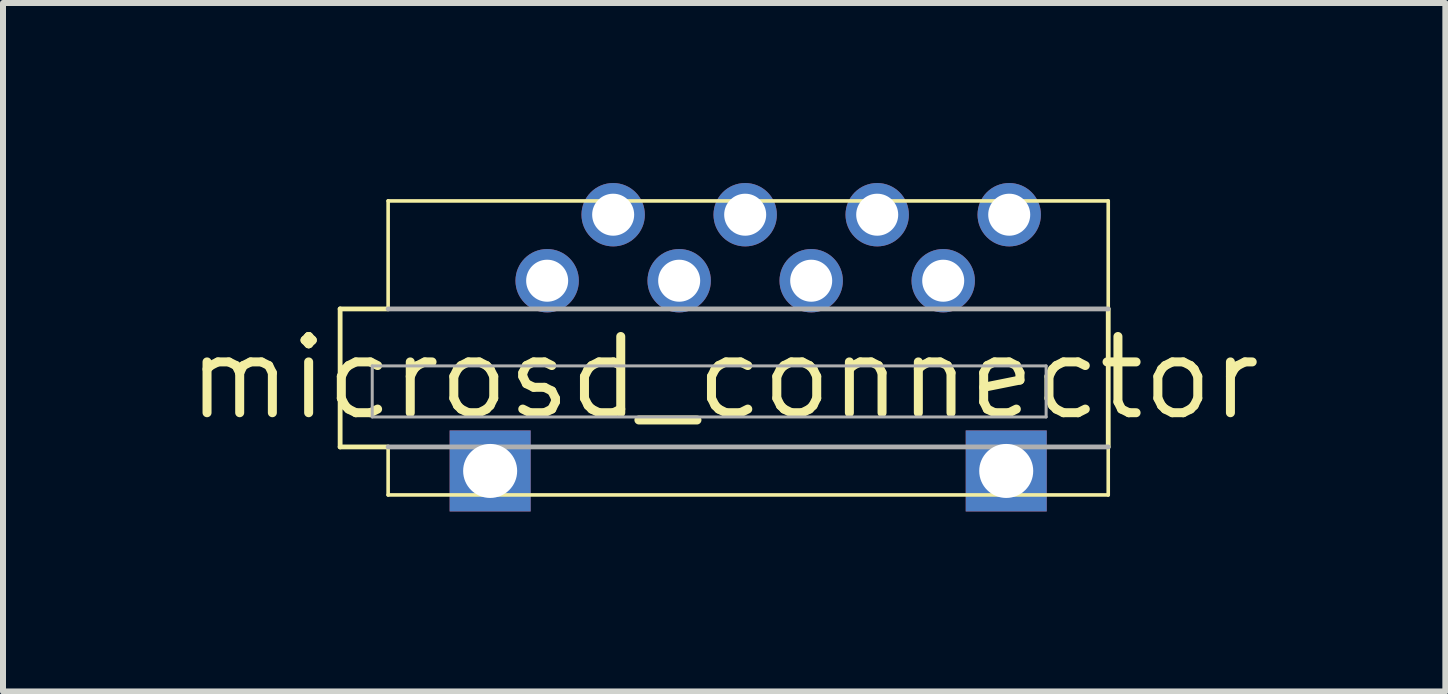
<source format=kicad_pcb>
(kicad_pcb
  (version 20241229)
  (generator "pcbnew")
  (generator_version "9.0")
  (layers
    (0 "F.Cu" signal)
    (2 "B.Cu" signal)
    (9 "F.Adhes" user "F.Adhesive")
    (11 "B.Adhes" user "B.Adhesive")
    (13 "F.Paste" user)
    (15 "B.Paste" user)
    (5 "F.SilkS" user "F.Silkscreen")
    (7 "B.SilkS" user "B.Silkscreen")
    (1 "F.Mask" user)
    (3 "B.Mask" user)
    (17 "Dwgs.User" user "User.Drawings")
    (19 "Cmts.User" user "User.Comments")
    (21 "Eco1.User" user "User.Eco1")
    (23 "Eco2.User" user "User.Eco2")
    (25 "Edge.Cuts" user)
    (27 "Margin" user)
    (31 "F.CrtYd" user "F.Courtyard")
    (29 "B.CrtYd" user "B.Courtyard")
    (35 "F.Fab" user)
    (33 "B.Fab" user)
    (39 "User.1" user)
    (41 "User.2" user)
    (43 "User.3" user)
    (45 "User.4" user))
  (footprint "microsd_connector"
    (layer "F.Cu")
    (at 9.018 3.248)
    (property "Reference" "microsd_connector" (at 0 0 0) (layer "F.SilkS") (effects (font (size 1.27 1.27) (thickness 0.15))))
    (attr through_hole)
    (fp_line (start -6.4 -1.15) (end -5.6 -1.15) (stroke (width 0.08) (type solid)) (layer "F.SilkS"))
    (fp_line (start -6.4 1.15) (end -6.4 -1.15) (stroke (width 0.08) (type solid)) (layer "F.SilkS"))
    (fp_line (start -5.6 -2.95) (end 6.4 -2.95) (stroke (width 0.06) (type solid)) (layer "F.SilkS"))
    (fp_line (start -5.6 -1.15) (end -5.6 -2.95) (stroke (width 0.06) (type solid)) (layer "F.SilkS"))
    (fp_line (start -5.6 1.15) (end -6.4 1.15) (stroke (width 0.08) (type solid)) (layer "F.SilkS"))
    (fp_line (start -5.6 1.15) (end -5.6 1.95) (stroke (width 0.06) (type solid)) (layer "F.SilkS"))
    (fp_line (start -5.6 1.95) (end 6.4 1.95) (stroke (width 0.06) (type solid)) (layer "F.SilkS"))
    (fp_line (start 6.4 -2.95) (end 6.4 -1.15) (stroke (width 0.06) (type solid)) (layer "F.SilkS"))
    (fp_line (start 6.4 -1.15) (end 6.4 1.15) (stroke (width 0.08) (type solid)) (layer "F.SilkS"))
    (fp_line (start 6.4 1.95) (end 6.4 1.15) (stroke (width 0.06) (type solid)) (layer "F.SilkS"))
    (fp_line (start -5.865 -0.2) (end 5.365 -0.2) (stroke (width 0.05) (type solid)) (layer "F.Fab"))
    (fp_line (start -5.865 0.65) (end -5.865 -0.2) (stroke (width 0.05) (type solid)) (layer "F.Fab"))
    (fp_line (start -5.6 -1.15) (end 6.4 -1.15) (stroke (width 0.08) (type solid)) (layer "F.Fab"))
    (fp_line (start 5.365 -0.2) (end 5.365 0.65) (stroke (width 0.05) (type solid)) (layer "F.Fab"))
    (fp_line (start 5.365 0.65) (end -5.865 0.65) (stroke (width 0.05) (type solid)) (layer "F.Fab"))
    (fp_line (start 6.4 1.15) (end -5.6 1.15) (stroke (width 0.08) (type solid)) (layer "F.Fab"))
    (pad "GND1" thru_hole rect (at -3.9 1.55) (size 1.35 1.35) (drill 0.9) (layers "*.Cu" "*.Mask"))
    (pad "GND2" thru_hole rect (at 4.7 1.55) (size 1.35 1.35) (drill 0.9) (layers "*.Cu" "*.Mask"))
    (pad "P$1" thru_hole circle (at -2.95 -1.62) (size 1.056 1.056) (drill 0.7) (layers "*.Cu" "*.Mask"))
    (pad "P$2" thru_hole circle (at -1.85 -2.72) (size 1.056 1.056) (drill 0.7) (layers "*.Cu" "*.Mask"))
    (pad "P$3" thru_hole circle (at -0.75 -1.62) (size 1.056 1.056) (drill 0.7) (layers "*.Cu" "*.Mask"))
    (pad "P$4" thru_hole circle (at 0.35 -2.72) (size 1.056 1.056) (drill 0.7) (layers "*.Cu" "*.Mask"))
    (pad "P$5" thru_hole circle (at 1.45 -1.62) (size 1.056 1.056) (drill 0.7) (layers "*.Cu" "*.Mask"))
    (pad "P$6" thru_hole circle (at 2.55 -2.72) (size 1.056 1.056) (drill 0.7) (layers "*.Cu" "*.Mask"))
    (pad "P$7" thru_hole circle (at 3.65 -1.62) (size 1.056 1.056) (drill 0.7) (layers "*.Cu" "*.Mask"))
    (pad "P$8" thru_hole circle (at 4.75 -2.72) (size 1.056 1.056) (drill 0.7) (layers "*.Cu" "*.Mask")))
  (gr_rect
    (start -3 -3)
    (end 21.036 8.473)
    (stroke (width 0.1) (type default))
    (fill no)
    (layer "Edge.Cuts")))
</source>
